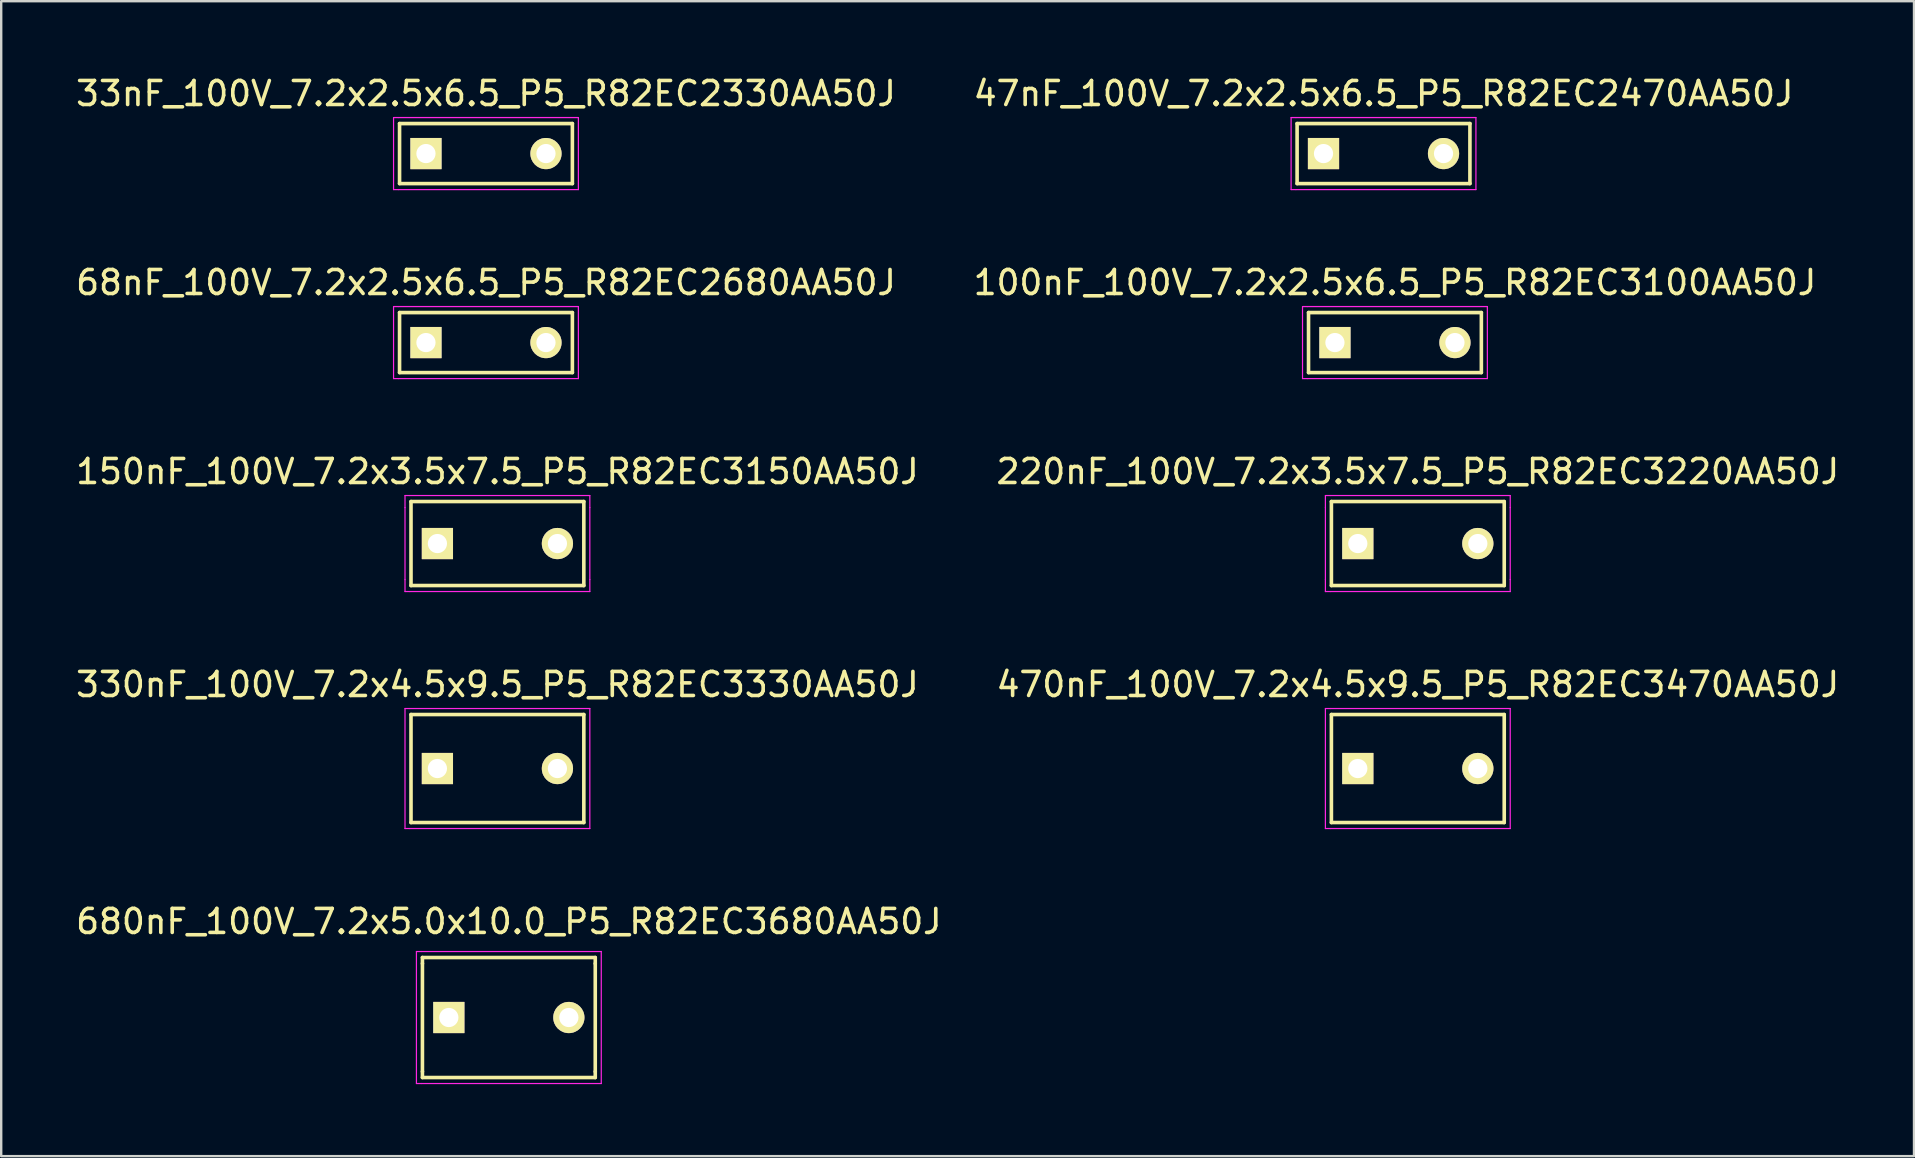
<source format=kicad_pcb>
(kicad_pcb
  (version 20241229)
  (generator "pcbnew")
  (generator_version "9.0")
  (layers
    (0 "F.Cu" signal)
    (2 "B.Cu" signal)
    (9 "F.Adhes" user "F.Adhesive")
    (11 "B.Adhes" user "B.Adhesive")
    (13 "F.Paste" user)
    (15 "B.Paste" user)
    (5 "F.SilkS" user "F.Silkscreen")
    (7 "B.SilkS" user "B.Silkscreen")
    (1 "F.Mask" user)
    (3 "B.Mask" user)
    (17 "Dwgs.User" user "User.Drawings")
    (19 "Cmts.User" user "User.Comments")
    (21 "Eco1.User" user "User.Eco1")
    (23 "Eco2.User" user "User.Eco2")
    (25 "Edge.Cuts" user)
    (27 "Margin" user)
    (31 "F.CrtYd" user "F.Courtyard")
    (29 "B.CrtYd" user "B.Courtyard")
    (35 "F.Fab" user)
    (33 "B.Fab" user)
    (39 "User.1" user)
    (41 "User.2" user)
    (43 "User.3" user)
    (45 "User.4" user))
  (footprint "220nF_100V_7.2x3.5x7.5_P5_R82EC3220AA50J"
    (layer "F.Cu")
    (at 53.518 19.595)
    (property "Reference" "220nF_100V_7.2x3.5x7.5_P5_R82EC3220AA50J" (at 2.5 -3 0) (layer "F.SilkS") (effects (font (size 1 1) (thickness 0.15))))
    (attr through_hole)
    (fp_line (start -1.1 -1.75) (end -1.1 1.75) (stroke (width 0.15) (type solid)) (layer "F.SilkS"))
    (fp_line (start -1.1 -1.75) (end 6.1 -1.75) (stroke (width 0.15) (type solid)) (layer "F.SilkS"))
    (fp_line (start 6.1 -1.75) (end 6.1 1.75) (stroke (width 0.15) (type solid)) (layer "F.SilkS"))
    (fp_line (start 6.1 1.75) (end -1.1 1.75) (stroke (width 0.15) (type solid)) (layer "F.SilkS"))
    (fp_line (start -1.35 -1.5) (end -1.35 -2) (stroke (width 0.05) (type solid)) (layer "F.CrtYd"))
    (fp_line (start -1.35 1.5) (end -1.35 -1.5) (stroke (width 0.05) (type solid)) (layer "F.CrtYd"))
    (fp_line (start -1.35 2) (end -1.35 1.5) (stroke (width 0.05) (type solid)) (layer "F.CrtYd"))
    (fp_line (start -1.15 -2) (end -1.35 -2) (stroke (width 0.05) (type solid)) (layer "F.CrtYd"))
    (fp_line (start -1.15 -2) (end 6.35 -2) (stroke (width 0.05) (type solid)) (layer "F.CrtYd"))
    (fp_line (start -1.15 2) (end -1.35 2) (stroke (width 0.05) (type solid)) (layer "F.CrtYd"))
    (fp_line (start 6.35 -2) (end 6.35 -1.5) (stroke (width 0.05) (type solid)) (layer "F.CrtYd"))
    (fp_line (start 6.35 -1.5) (end 6.35 1.5) (stroke (width 0.05) (type solid)) (layer "F.CrtYd"))
    (fp_line (start 6.35 2) (end -1.15 2) (stroke (width 0.05) (type solid)) (layer "F.CrtYd"))
    (fp_line (start 6.35 2) (end 6.35 1.5) (stroke (width 0.05) (type solid)) (layer "F.CrtYd"))
    (pad "1" thru_hole rect (at 0 0) (size 1.3 1.3) (drill 0.8) (layers "*.Cu" "*.Mask" "F.SilkS"))
    (pad "2" thru_hole circle (at 5 0) (size 1.3 1.3) (drill 0.8) (layers "*.Cu" "*.Mask" "F.SilkS")))
  (footprint "330nF_100V_7.2x4.5x9.5_P5_R82EC3330AA50J"
    (layer "F.Cu")
    (at 15.173 28.968)
    (property "Reference" "330nF_100V_7.2x4.5x9.5_P5_R82EC3330AA50J" (at 2.5 -3.5 0) (layer "F.SilkS") (effects (font (size 1 1) (thickness 0.15))))
    (attr through_hole)
    (fp_line (start -1.1 -2.25) (end 6.1 -2.25) (stroke (width 0.15) (type solid)) (layer "F.SilkS"))
    (fp_line (start -1.1 2.25) (end -1.1 -2.25) (stroke (width 0.15) (type solid)) (layer "F.SilkS"))
    (fp_line (start 6.1 -2.25) (end 6.1 2.25) (stroke (width 0.15) (type solid)) (layer "F.SilkS"))
    (fp_line (start 6.1 2.25) (end -1.1 2.25) (stroke (width 0.15) (type solid)) (layer "F.SilkS"))
    (fp_line (start -1.35 2.5) (end -1.35 -2.5) (stroke (width 0.05) (type solid)) (layer "F.CrtYd"))
    (fp_line (start -1.15 -2.5) (end -1.35 -2.5) (stroke (width 0.05) (type solid)) (layer "F.CrtYd"))
    (fp_line (start -1.15 -2.5) (end 6.35 -2.5) (stroke (width 0.05) (type solid)) (layer "F.CrtYd"))
    (fp_line (start -1.15 2.5) (end -1.35 2.5) (stroke (width 0.05) (type solid)) (layer "F.CrtYd"))
    (fp_line (start 6.35 2.5) (end -1.15 2.5) (stroke (width 0.05) (type solid)) (layer "F.CrtYd"))
    (fp_line (start 6.35 2.5) (end 6.35 -2.5) (stroke (width 0.05) (type solid)) (layer "F.CrtYd"))
    (pad "1" thru_hole rect (at 0 0) (size 1.3 1.3) (drill 0.8) (layers "*.Cu" "*.Mask" "F.SilkS"))
    (pad "2" thru_hole circle (at 5 0) (size 1.3 1.3) (drill 0.8) (layers "*.Cu" "*.Mask" "F.SilkS")))
  (footprint "470nF_100V_7.2x4.5x9.5_P5_R82EC3470AA50J"
    (layer "F.Cu")
    (at 53.518 28.968)
    (property "Reference" "470nF_100V_7.2x4.5x9.5_P5_R82EC3470AA50J" (at 2.5 -3.5 0) (layer "F.SilkS") (effects (font (size 1 1) (thickness 0.15))))
    (attr through_hole)
    (fp_line (start -1.1 -2.25) (end 6.1 -2.25) (stroke (width 0.15) (type solid)) (layer "F.SilkS"))
    (fp_line (start -1.1 2.25) (end -1.1 -2.25) (stroke (width 0.15) (type solid)) (layer "F.SilkS"))
    (fp_line (start 6.1 -2.25) (end 6.1 2.25) (stroke (width 0.15) (type solid)) (layer "F.SilkS"))
    (fp_line (start 6.1 2.25) (end -1.1 2.25) (stroke (width 0.15) (type solid)) (layer "F.SilkS"))
    (fp_line (start -1.35 2.5) (end -1.35 -2.5) (stroke (width 0.05) (type solid)) (layer "F.CrtYd"))
    (fp_line (start -1.15 -2.5) (end -1.35 -2.5) (stroke (width 0.05) (type solid)) (layer "F.CrtYd"))
    (fp_line (start -1.15 -2.5) (end 6.35 -2.5) (stroke (width 0.05) (type solid)) (layer "F.CrtYd"))
    (fp_line (start -1.15 2.5) (end -1.35 2.5) (stroke (width 0.05) (type solid)) (layer "F.CrtYd"))
    (fp_line (start 6.35 2.5) (end -1.15 2.5) (stroke (width 0.05) (type solid)) (layer "F.CrtYd"))
    (fp_line (start 6.35 2.5) (end 6.35 -2.5) (stroke (width 0.05) (type solid)) (layer "F.CrtYd"))
    (pad "1" thru_hole rect (at 0 0) (size 1.3 1.3) (drill 0.8) (layers "*.Cu" "*.Mask" "F.SilkS"))
    (pad "2" thru_hole circle (at 5 0) (size 1.3 1.3) (drill 0.8) (layers "*.Cu" "*.Mask" "F.SilkS")))
  (footprint "150nF_100V_7.2x3.5x7.5_P5_R82EC3150AA50J"
    (layer "F.Cu")
    (at 15.173 19.595)
    (property "Reference" "150nF_100V_7.2x3.5x7.5_P5_R82EC3150AA50J" (at 2.5 -3 0) (layer "F.SilkS") (effects (font (size 1 1) (thickness 0.15))))
    (attr through_hole)
    (fp_line (start -1.1 -1.75) (end -1.1 1.75) (stroke (width 0.15) (type solid)) (layer "F.SilkS"))
    (fp_line (start -1.1 -1.75) (end 6.1 -1.75) (stroke (width 0.15) (type solid)) (layer "F.SilkS"))
    (fp_line (start 6.1 -1.75) (end 6.1 1.75) (stroke (width 0.15) (type solid)) (layer "F.SilkS"))
    (fp_line (start 6.1 1.75) (end -1.1 1.75) (stroke (width 0.15) (type solid)) (layer "F.SilkS"))
    (fp_line (start -1.35 -1.5) (end -1.35 -2) (stroke (width 0.05) (type solid)) (layer "F.CrtYd"))
    (fp_line (start -1.35 1.5) (end -1.35 -1.5) (stroke (width 0.05) (type solid)) (layer "F.CrtYd"))
    (fp_line (start -1.35 2) (end -1.35 1.5) (stroke (width 0.05) (type solid)) (layer "F.CrtYd"))
    (fp_line (start -1.15 -2) (end -1.35 -2) (stroke (width 0.05) (type solid)) (layer "F.CrtYd"))
    (fp_line (start -1.15 -2) (end 6.35 -2) (stroke (width 0.05) (type solid)) (layer "F.CrtYd"))
    (fp_line (start -1.15 2) (end -1.35 2) (stroke (width 0.05) (type solid)) (layer "F.CrtYd"))
    (fp_line (start 6.35 -2) (end 6.35 -1.5) (stroke (width 0.05) (type solid)) (layer "F.CrtYd"))
    (fp_line (start 6.35 -1.5) (end 6.35 1.5) (stroke (width 0.05) (type solid)) (layer "F.CrtYd"))
    (fp_line (start 6.35 2) (end -1.15 2) (stroke (width 0.05) (type solid)) (layer "F.CrtYd"))
    (fp_line (start 6.35 2) (end 6.35 1.5) (stroke (width 0.05) (type solid)) (layer "F.CrtYd"))
    (pad "1" thru_hole rect (at 0 0) (size 1.3 1.3) (drill 0.8) (layers "*.Cu" "*.Mask" "F.SilkS"))
    (pad "2" thru_hole circle (at 5 0) (size 1.3 1.3) (drill 0.8) (layers "*.Cu" "*.Mask" "F.SilkS")))
  (footprint "33nF_100V_7.2x2.5x6.5_P5_R82EC2330AA50J"
    (layer "F.Cu")
    (at 14.696 3.348)
    (property "Reference" "33nF_100V_7.2x2.5x6.5_P5_R82EC2330AA50J" (at 2.5 -2.5 0) (layer "F.SilkS") (effects (font (size 1 1) (thickness 0.15))))
    (attr through_hole)
    (fp_line (start -1.1 -1.25) (end 6.1 -1.25) (stroke (width 0.15) (type solid)) (layer "F.SilkS"))
    (fp_line (start -1.1 1.25) (end -1.1 -1.25) (stroke (width 0.15) (type solid)) (layer "F.SilkS"))
    (fp_line (start 6.1 -1.25) (end 6.1 1.25) (stroke (width 0.15) (type solid)) (layer "F.SilkS"))
    (fp_line (start 6.1 1.25) (end -1.1 1.25) (stroke (width 0.15) (type solid)) (layer "F.SilkS"))
    (fp_line (start -1.35 1.5) (end -1.35 -1.5) (stroke (width 0.05) (type solid)) (layer "F.CrtYd"))
    (fp_line (start -1.15 -1.5) (end -1.35 -1.5) (stroke (width 0.05) (type solid)) (layer "F.CrtYd"))
    (fp_line (start -1.15 -1.5) (end 6.35 -1.5) (stroke (width 0.05) (type solid)) (layer "F.CrtYd"))
    (fp_line (start -1.15 1.5) (end -1.35 1.5) (stroke (width 0.05) (type solid)) (layer "F.CrtYd"))
    (fp_line (start 6.35 -1.5) (end 6.35 1.5) (stroke (width 0.05) (type solid)) (layer "F.CrtYd"))
    (fp_line (start 6.35 1.5) (end -1.15 1.5) (stroke (width 0.05) (type solid)) (layer "F.CrtYd"))
    (pad "1" thru_hole rect (at 0 0) (size 1.3 1.3) (drill 0.8) (layers "*.Cu" "*.Mask" "F.SilkS"))
    (pad "2" thru_hole circle (at 5 0) (size 1.3 1.3) (drill 0.8) (layers "*.Cu" "*.Mask" "F.SilkS")))
  (footprint "68nF_100V_7.2x2.5x6.5_P5_R82EC2680AA50J"
    (layer "F.Cu")
    (at 14.696 11.222)
    (property "Reference" "68nF_100V_7.2x2.5x6.5_P5_R82EC2680AA50J" (at 2.5 -2.5 0) (layer "F.SilkS") (effects (font (size 1 1) (thickness 0.15))))
    (attr through_hole)
    (fp_line (start -1.1 -1.25) (end 6.1 -1.25) (stroke (width 0.15) (type solid)) (layer "F.SilkS"))
    (fp_line (start -1.1 1.25) (end -1.1 -1.25) (stroke (width 0.15) (type solid)) (layer "F.SilkS"))
    (fp_line (start 6.1 -1.25) (end 6.1 1.25) (stroke (width 0.15) (type solid)) (layer "F.SilkS"))
    (fp_line (start 6.1 1.25) (end -1.1 1.25) (stroke (width 0.15) (type solid)) (layer "F.SilkS"))
    (fp_line (start -1.35 1.5) (end -1.35 -1.5) (stroke (width 0.05) (type solid)) (layer "F.CrtYd"))
    (fp_line (start -1.15 -1.5) (end -1.35 -1.5) (stroke (width 0.05) (type solid)) (layer "F.CrtYd"))
    (fp_line (start -1.15 -1.5) (end 6.35 -1.5) (stroke (width 0.05) (type solid)) (layer "F.CrtYd"))
    (fp_line (start -1.15 1.5) (end -1.35 1.5) (stroke (width 0.05) (type solid)) (layer "F.CrtYd"))
    (fp_line (start 6.35 -1.5) (end 6.35 1.5) (stroke (width 0.05) (type solid)) (layer "F.CrtYd"))
    (fp_line (start 6.35 1.5) (end -1.15 1.5) (stroke (width 0.05) (type solid)) (layer "F.CrtYd"))
    (pad "1" thru_hole rect (at 0 0) (size 1.3 1.3) (drill 0.8) (layers "*.Cu" "*.Mask" "F.SilkS"))
    (pad "2" thru_hole circle (at 5 0) (size 1.3 1.3) (drill 0.8) (layers "*.Cu" "*.Mask" "F.SilkS")))
  (footprint "100nF_100V_7.2x2.5x6.5_P5_R82EC3100AA50J"
    (layer "F.Cu")
    (at 52.565 11.222)
    (property "Reference" "100nF_100V_7.2x2.5x6.5_P5_R82EC3100AA50J" (at 2.5 -2.5 0) (layer "F.SilkS") (effects (font (size 1 1) (thickness 0.15))))
    (attr through_hole)
    (fp_line (start -1.1 -1.25) (end 6.1 -1.25) (stroke (width 0.15) (type solid)) (layer "F.SilkS"))
    (fp_line (start -1.1 1.25) (end -1.1 -1.25) (stroke (width 0.15) (type solid)) (layer "F.SilkS"))
    (fp_line (start 6.1 -1.25) (end 6.1 1.25) (stroke (width 0.15) (type solid)) (layer "F.SilkS"))
    (fp_line (start 6.1 1.25) (end -1.1 1.25) (stroke (width 0.15) (type solid)) (layer "F.SilkS"))
    (fp_line (start -1.35 1.5) (end -1.35 -1.5) (stroke (width 0.05) (type solid)) (layer "F.CrtYd"))
    (fp_line (start -1.15 -1.5) (end -1.35 -1.5) (stroke (width 0.05) (type solid)) (layer "F.CrtYd"))
    (fp_line (start -1.15 -1.5) (end 6.35 -1.5) (stroke (width 0.05) (type solid)) (layer "F.CrtYd"))
    (fp_line (start -1.15 1.5) (end -1.35 1.5) (stroke (width 0.05) (type solid)) (layer "F.CrtYd"))
    (fp_line (start 6.35 -1.5) (end 6.35 1.5) (stroke (width 0.05) (type solid)) (layer "F.CrtYd"))
    (fp_line (start 6.35 1.5) (end -1.15 1.5) (stroke (width 0.05) (type solid)) (layer "F.CrtYd"))
    (pad "1" thru_hole rect (at 0 0) (size 1.3 1.3) (drill 0.8) (layers "*.Cu" "*.Mask" "F.SilkS"))
    (pad "2" thru_hole circle (at 5 0) (size 1.3 1.3) (drill 0.8) (layers "*.Cu" "*.Mask" "F.SilkS")))
  (footprint "47nF_100V_7.2x2.5x6.5_P5_R82EC2470AA50J"
    (layer "F.Cu")
    (at 52.089 3.348)
    (property "Reference" "47nF_100V_7.2x2.5x6.5_P5_R82EC2470AA50J" (at 2.5 -2.5 0) (layer "F.SilkS") (effects (font (size 1 1) (thickness 0.15))))
    (attr through_hole)
    (fp_line (start -1.1 -1.25) (end 6.1 -1.25) (stroke (width 0.15) (type solid)) (layer "F.SilkS"))
    (fp_line (start -1.1 1.25) (end -1.1 -1.25) (stroke (width 0.15) (type solid)) (layer "F.SilkS"))
    (fp_line (start 6.1 -1.25) (end 6.1 1.25) (stroke (width 0.15) (type solid)) (layer "F.SilkS"))
    (fp_line (start 6.1 1.25) (end -1.1 1.25) (stroke (width 0.15) (type solid)) (layer "F.SilkS"))
    (fp_line (start -1.35 1.5) (end -1.35 -1.5) (stroke (width 0.05) (type solid)) (layer "F.CrtYd"))
    (fp_line (start -1.15 -1.5) (end -1.35 -1.5) (stroke (width 0.05) (type solid)) (layer "F.CrtYd"))
    (fp_line (start -1.15 -1.5) (end 6.35 -1.5) (stroke (width 0.05) (type solid)) (layer "F.CrtYd"))
    (fp_line (start -1.15 1.5) (end -1.35 1.5) (stroke (width 0.05) (type solid)) (layer "F.CrtYd"))
    (fp_line (start 6.35 -1.5) (end 6.35 1.5) (stroke (width 0.05) (type solid)) (layer "F.CrtYd"))
    (fp_line (start 6.35 1.5) (end -1.15 1.5) (stroke (width 0.05) (type solid)) (layer "F.CrtYd"))
    (pad "1" thru_hole rect (at 0 0) (size 1.3 1.3) (drill 0.8) (layers "*.Cu" "*.Mask" "F.SilkS"))
    (pad "2" thru_hole circle (at 5 0) (size 1.3 1.3) (drill 0.8) (layers "*.Cu" "*.Mask" "F.SilkS")))
  (footprint "680nF_100V_7.2x5.0x10.0_P5_R82EC3680AA50J"
    (layer "F.Cu")
    (at 15.649 39.341)
    (property "Reference" "680nF_100V_7.2x5.0x10.0_P5_R82EC3680AA50J" (at 2.5 -4 0) (layer "F.SilkS") (effects (font (size 1 1) (thickness 0.15))))
    (attr through_hole)
    (fp_line (start -1.1 -2.5) (end -1.1 -2.25) (stroke (width 0.15) (type solid)) (layer "F.SilkS"))
    (fp_line (start -1.1 -2.5) (end 6.1 -2.5) (stroke (width 0.15) (type solid)) (layer "F.SilkS"))
    (fp_line (start -1.1 2.25) (end -1.1 -2.25) (stroke (width 0.15) (type solid)) (layer "F.SilkS"))
    (fp_line (start -1.1 2.25) (end -1.1 2.5) (stroke (width 0.15) (type solid)) (layer "F.SilkS"))
    (fp_line (start 6.1 -2.25) (end 6.1 -2.5) (stroke (width 0.15) (type solid)) (layer "F.SilkS"))
    (fp_line (start 6.1 -2.25) (end 6.1 2.25) (stroke (width 0.15) (type solid)) (layer "F.SilkS"))
    (fp_line (start 6.1 2.25) (end 6.1 2.5) (stroke (width 0.15) (type solid)) (layer "F.SilkS"))
    (fp_line (start 6.1 2.5) (end -1.1 2.5) (stroke (width 0.15) (type solid)) (layer "F.SilkS"))
    (fp_line (start -1.35 2.75) (end -1.35 -2.75) (stroke (width 0.05) (type solid)) (layer "F.CrtYd"))
    (fp_line (start -1.15 -2.75) (end -1.35 -2.75) (stroke (width 0.05) (type solid)) (layer "F.CrtYd"))
    (fp_line (start -1.15 -2.75) (end 6.35 -2.75) (stroke (width 0.05) (type solid)) (layer "F.CrtYd"))
    (fp_line (start -1.15 2.75) (end -1.35 2.75) (stroke (width 0.05) (type solid)) (layer "F.CrtYd"))
    (fp_line (start 6.35 -2.75) (end 6.35 2.75) (stroke (width 0.05) (type solid)) (layer "F.CrtYd"))
    (fp_line (start 6.35 2.75) (end -1.15 2.75) (stroke (width 0.05) (type solid)) (layer "F.CrtYd"))
    (pad "1" thru_hole rect (at 0 0) (size 1.3 1.3) (drill 0.8) (layers "*.Cu" "*.Mask" "F.SilkS"))
    (pad "2" thru_hole circle (at 5 0) (size 1.3 1.3) (drill 0.8) (layers "*.Cu" "*.Mask" "F.SilkS")))
  (gr_rect
    (start -3 -3)
    (end 76.69 45.116)
    (stroke (width 0.1) (type default))
    (fill no)
    (layer "Edge.Cuts")))
</source>
